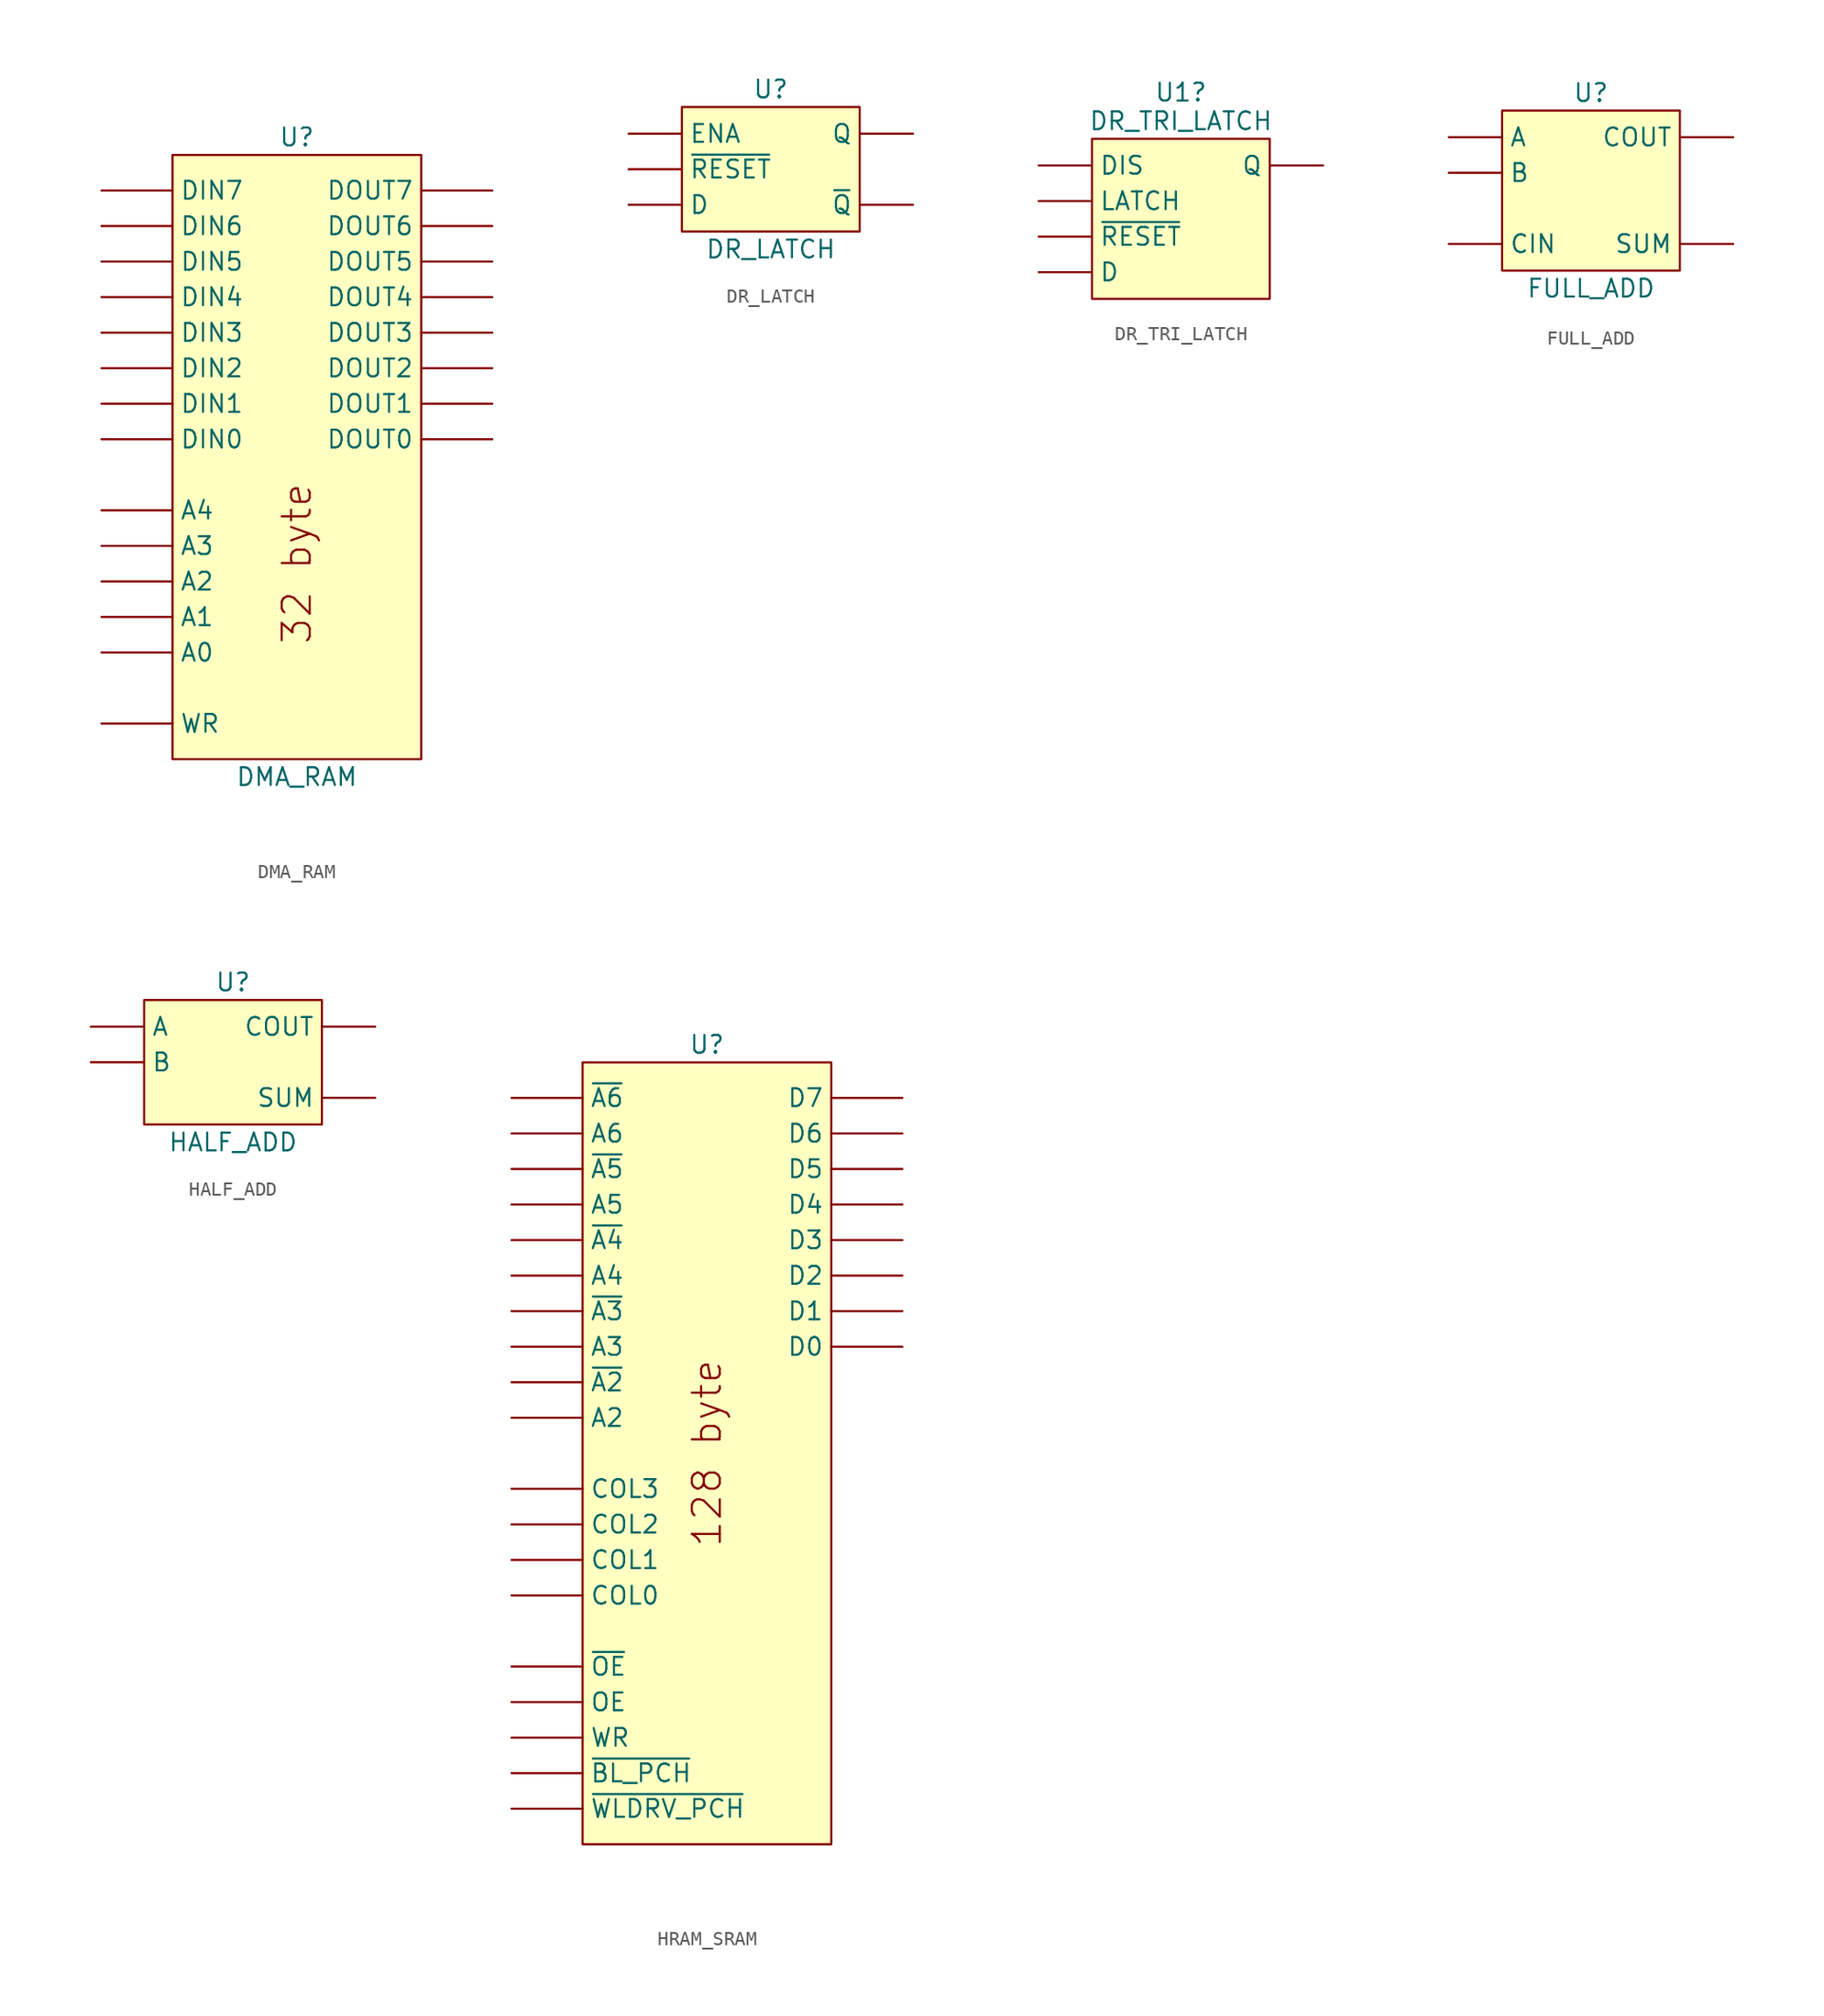
<source format=kicad_sym>
(kicad_symbol_lib
  (version 20220914)
  (generator kicad_symbol_editor)
  (symbol "DMA_RAM"
    (pin_numbers hide)
    (property "Reference" "U"
      (at 0 21.59 0)
      (effects (font (size 1.27 1.27))))
    (property "Value" "DMA_RAM"
      (at 0 -24.13 0)
      (effects (font (size 1.27 1.27))))
    (symbol "DMA_RAM_0_1"
      (rectangle (start -8.89 20.32) (end 8.89 -22.86) (stroke (width 0) (type default)) (fill (type background))))
    (symbol "DMA_RAM_1_0"
      (text "32 byte" (at 0 -8.89 900) (effects (font (size 2 2)))))
    (symbol "DMA_RAM_1_1"
      (pin input line (at -13.97 17.78 0) (length 5.08) (name "DIN7" (effects (font (size 1.27 1.27)))) (number "1" (effects (font (size 1.27 1.27)))))
      (pin input line (at -13.97 -20.32 0) (length 5.08) (name "WR" (effects (font (size 1.27 1.27)))) (number "17" (effects (font (size 1.27 1.27)))))
      (pin input line (at -13.97 15.24 0) (length 5.08) (name "DIN6" (effects (font (size 1.27 1.27)))) (number "2" (effects (font (size 1.27 1.27)))))
      (pin output line (at 13.97 17.78 180) (length 5.08) (name "DOUT7" (effects (font (size 1.27 1.27)))) (number "20" (effects (font (size 1.27 1.27)))))
      (pin output line (at 13.97 15.24 180) (length 5.08) (name "DOUT6" (effects (font (size 1.27 1.27)))) (number "21" (effects (font (size 1.27 1.27)))))
      (pin output line (at 13.97 12.7 180) (length 5.08) (name "DOUT5" (effects (font (size 1.27 1.27)))) (number "22" (effects (font (size 1.27 1.27)))))
      (pin output line (at 13.97 10.16 180) (length 5.08) (name "DOUT4" (effects (font (size 1.27 1.27)))) (number "23" (effects (font (size 1.27 1.27)))))
      (pin output line (at 13.97 7.62 180) (length 5.08) (name "DOUT3" (effects (font (size 1.27 1.27)))) (number "24" (effects (font (size 1.27 1.27)))))
      (pin output line (at 13.97 5.08 180) (length 5.08) (name "DOUT2" (effects (font (size 1.27 1.27)))) (number "25" (effects (font (size 1.27 1.27)))))
      (pin output line (at 13.97 2.54 180) (length 5.08) (name "DOUT1" (effects (font (size 1.27 1.27)))) (number "26" (effects (font (size 1.27 1.27)))))
      (pin output line (at 13.97 0 180) (length 5.08) (name "DOUT0" (effects (font (size 1.27 1.27)))) (number "27" (effects (font (size 1.27 1.27)))))
      (pin input line (at -13.97 12.7 0) (length 5.08) (name "DIN5" (effects (font (size 1.27 1.27)))) (number "3" (effects (font (size 1.27 1.27)))))
      (pin input line (at -13.97 10.16 0) (length 5.08) (name "DIN4" (effects (font (size 1.27 1.27)))) (number "4" (effects (font (size 1.27 1.27)))))
      (pin input line (at -13.97 7.62 0) (length 5.08) (name "DIN3" (effects (font (size 1.27 1.27)))) (number "5" (effects (font (size 1.27 1.27)))))
      (pin input line (at -13.97 5.08 0) (length 5.08) (name "DIN2" (effects (font (size 1.27 1.27)))) (number "6" (effects (font (size 1.27 1.27)))))
      (pin input line (at -13.97 2.54 0) (length 5.08) (name "DIN1" (effects (font (size 1.27 1.27)))) (number "7" (effects (font (size 1.27 1.27)))))
      (pin input line (at -13.97 0 0) (length 5.08) (name "DIN0" (effects (font (size 1.27 1.27)))) (number "8" (effects (font (size 1.27 1.27)))))
      (pin input line (at -13.97 -15.24 0) (length 5.08) (name "A0" (effects (font (size 1.27 1.27)))) (number "~" (effects (font (size 1.27 1.27)))))
      (pin input line (at -13.97 -12.7 0) (length 5.08) (name "A1" (effects (font (size 1.27 1.27)))) (number "~" (effects (font (size 1.27 1.27)))))
      (pin input line (at -13.97 -10.16 0) (length 5.08) (name "A2" (effects (font (size 1.27 1.27)))) (number "~" (effects (font (size 1.27 1.27)))))
      (pin input line (at -13.97 -7.62 0) (length 5.08) (name "A3" (effects (font (size 1.27 1.27)))) (number "~" (effects (font (size 1.27 1.27)))))
      (pin input line (at -13.97 -5.08 0) (length 5.08) (name "A4" (effects (font (size 1.27 1.27)))) (number "~" (effects (font (size 1.27 1.27)))))))
  (symbol "DR_LATCH"
    (pin_numbers hide)
    (property "Reference" "U"
      (at 0 5.715 0)
      (effects (font (size 1.27 1.27))))
    (property "Value" "DR_LATCH"
      (at 0 -5.715 0)
      (effects (font (size 1.27 1.27))))
    (symbol "DR_LATCH_0_1"
      (rectangle (start -6.35 4.445) (end 6.35 -4.445) (stroke (width 0) (type default)) (fill (type background))))
    (symbol "DR_LATCH_1_1"
      (pin input line (at -10.16 2.54 0) (length 3.81) hide (name "~{ENA}" (effects (font (size 1.27 1.27)))) (number "1" (effects (font (size 1.27 1.27)))))
      (pin input line (at -10.16 -2.54 0) (length 3.81) (name "D" (effects (font (size 1.27 1.27)))) (number "2" (effects (font (size 1.27 1.27)))))
      (pin input line (at -10.16 2.54 0) (length 3.81) (name "ENA" (effects (font (size 1.27 1.27)))) (number "3" (effects (font (size 1.27 1.27)))))
      (pin input line (at -10.16 0 0) (length 3.81) (name "~{RESET}" (effects (font (size 1.27 1.27)))) (number "4" (effects (font (size 1.27 1.27)))))
      (pin output line (at 10.16 2.54 180) (length 3.81) (name "Q" (effects (font (size 1.27 1.27)))) (number "5" (effects (font (size 1.27 1.27)))))
      (pin output line (at 10.16 -2.54 180) (length 3.81) (name "~{Q}" (effects (font (size 1.27 1.27)))) (number "6" (effects (font (size 1.27 1.27)))))))
  (symbol "DR_TRI_LATCH"
    (pin_numbers hide)
    (property "Reference" "U1"
      (at 0 9.033 0)
      (effects (font (size 1.27 1.27))))
    (property "Value" "DR_TRI_LATCH"
      (at 0 6.985 0)
      (effects (font (size 1.27 1.27))))
    (symbol "DR_TRI_LATCH_0_1"
      (rectangle (start -6.35 5.715) (end 6.35 -5.715) (stroke (width 0) (type default)) (fill (type background))))
    (symbol "DR_TRI_LATCH_1_1"
      (pin input line (at -10.16 3.81 0) (length 3.81) (name "DIS" (effects (font (size 1.27 1.27)))) (number "1" (effects (font (size 1.27 1.27)))))
      (pin input line (at -10.16 -3.81 0) (length 3.81) (name "D" (effects (font (size 1.27 1.27)))) (number "2" (effects (font (size 1.27 1.27)))))
      (pin input line (at -10.16 1.27 0) (length 3.81) (name "LATCH" (effects (font (size 1.27 1.27)))) (number "3" (effects (font (size 1.27 1.27)))))
      (pin input line (at -10.16 -1.27 0) (length 3.81) (name "~{RESET}" (effects (font (size 1.27 1.27)))) (number "4" (effects (font (size 1.27 1.27)))))
      (pin tri_state line (at 10.16 3.81 180) (length 3.81) (name "Q" (effects (font (size 1.27 1.27)))) (number "5" (effects (font (size 1.27 1.27)))))))
  (symbol "FULL_ADD"
    (pin_numbers hide)
    (property "Reference" "U"
      (at 0 6.985 0)
      (effects (font (size 1.27 1.27))))
    (property "Value" "FULL_ADD"
      (at 0 -6.985 0)
      (effects (font (size 1.27 1.27))))
    (symbol "FULL_ADD_0_1"
      (rectangle (start -6.35 5.715) (end 6.35 -5.715) (stroke (width 0) (type default)) (fill (type background))))
    (symbol "FULL_ADD_1_1"
      (pin input line (at -10.16 -3.81 0) (length 3.81) (name "CIN" (effects (font (size 1.27 1.27)))) (number "1" (effects (font (size 1.27 1.27)))))
      (pin output line (at 10.16 -3.81 180) (length 3.81) (name "SUM" (effects (font (size 1.27 1.27)))) (number "2" (effects (font (size 1.27 1.27)))))
      (pin output line (at 10.16 3.81 180) (length 3.81) (name "COUT" (effects (font (size 1.27 1.27)))) (number "3" (effects (font (size 1.27 1.27)))))
      (pin input line (at -10.16 3.81 0) (length 3.81) (name "A" (effects (font (size 1.27 1.27)))) (number "4" (effects (font (size 1.27 1.27)))))
      (pin input line (at -10.16 1.27 0) (length 3.81) (name "B" (effects (font (size 1.27 1.27)))) (number "5" (effects (font (size 1.27 1.27)))))))
  (symbol "HALF_ADD"
    (pin_numbers hide)
    (property "Reference" "U"
      (at 0 5.715 0)
      (effects (font (size 1.27 1.27))))
    (property "Value" "HALF_ADD"
      (at 0 -5.715 0)
      (effects (font (size 1.27 1.27))))
    (symbol "HALF_ADD_0_1"
      (rectangle (start -6.35 4.445) (end 6.35 -4.445) (stroke (width 0) (type default)) (fill (type background))))
    (symbol "HALF_ADD_1_1"
      (pin output line (at 10.16 2.54 180) (length 3.81) (name "COUT" (effects (font (size 1.27 1.27)))) (number "1" (effects (font (size 1.27 1.27)))))
      (pin output line (at 10.16 -2.54 180) (length 3.81) (name "SUM" (effects (font (size 1.27 1.27)))) (number "2" (effects (font (size 1.27 1.27)))))
      (pin input line (at -10.16 2.54 0) (length 3.81) (name "A" (effects (font (size 1.27 1.27)))) (number "3" (effects (font (size 1.27 1.27)))))
      (pin input line (at -10.16 0 0) (length 3.81) (name "B" (effects (font (size 1.27 1.27)))) (number "4" (effects (font (size 1.27 1.27)))))))
  (symbol "HRAM_SRAM"
    (pin_numbers hide)
    (property "Reference" "U"
      (at 0 29.21 0)
      (effects (font (size 1.27 1.27))))
    (symbol "HRAM_SRAM_0_0"
      (text "128 byte" (at 0 0 900) (effects (font (size 2 2)))))
    (symbol "HRAM_SRAM_0_1"
      (rectangle (start -8.89 27.94) (end 8.89 -27.94) (stroke (width 0) (type default)) (fill (type background))))
    (symbol "HRAM_SRAM_1_1"
      (pin input line (at -13.97 25.4 0) (length 5.08) (name "~{A6}" (effects (font (size 1.27 1.27)))) (number "1" (effects (font (size 1.27 1.27)))))
      (pin input line (at -13.97 2.54 0) (length 5.08) (name "A2" (effects (font (size 1.27 1.27)))) (number "10" (effects (font (size 1.27 1.27)))))
      (pin input line (at -13.97 -2.54 0) (length 5.08) (name "COL3" (effects (font (size 1.27 1.27)))) (number "11" (effects (font (size 1.27 1.27)))))
      (pin input line (at -13.97 -5.08 0) (length 5.08) (name "COL2" (effects (font (size 1.27 1.27)))) (number "12" (effects (font (size 1.27 1.27)))))
      (pin input line (at -13.97 -7.62 0) (length 5.08) (name "COL1" (effects (font (size 1.27 1.27)))) (number "13" (effects (font (size 1.27 1.27)))))
      (pin input line (at -13.97 -10.16 0) (length 5.08) (name "COL0" (effects (font (size 1.27 1.27)))) (number "14" (effects (font (size 1.27 1.27)))))
      (pin input line (at -13.97 -15.24 0) (length 5.08) (name "~{OE}" (effects (font (size 1.27 1.27)))) (number "15" (effects (font (size 1.27 1.27)))))
      (pin input line (at -13.97 -17.78 0) (length 5.08) (name "OE" (effects (font (size 1.27 1.27)))) (number "16" (effects (font (size 1.27 1.27)))))
      (pin input line (at -13.97 -20.32 0) (length 5.08) (name "WR" (effects (font (size 1.27 1.27)))) (number "17" (effects (font (size 1.27 1.27)))))
      (pin input line (at -13.97 -22.86 0) (length 5.08) (name "~{BL_PCH}" (effects (font (size 1.27 1.27)))) (number "18" (effects (font (size 1.27 1.27)))))
      (pin input line (at -13.97 -25.4 0) (length 5.08) (name "~{WLDRV_PCH}" (effects (font (size 1.27 1.27)))) (number "19" (effects (font (size 1.27 1.27)))))
      (pin input line (at -13.97 22.86 0) (length 5.08) (name "A6" (effects (font (size 1.27 1.27)))) (number "2" (effects (font (size 1.27 1.27)))))
      (pin bidirectional line (at 13.97 25.4 180) (length 5.08) (name "D7" (effects (font (size 1.27 1.27)))) (number "20" (effects (font (size 1.27 1.27)))))
      (pin bidirectional line (at 13.97 22.86 180) (length 5.08) (name "D6" (effects (font (size 1.27 1.27)))) (number "21" (effects (font (size 1.27 1.27)))))
      (pin bidirectional line (at 13.97 20.32 180) (length 5.08) (name "D5" (effects (font (size 1.27 1.27)))) (number "22" (effects (font (size 1.27 1.27)))))
      (pin bidirectional line (at 13.97 17.78 180) (length 5.08) (name "D4" (effects (font (size 1.27 1.27)))) (number "23" (effects (font (size 1.27 1.27)))))
      (pin bidirectional line (at 13.97 15.24 180) (length 5.08) (name "D3" (effects (font (size 1.27 1.27)))) (number "24" (effects (font (size 1.27 1.27)))))
      (pin bidirectional line (at 13.97 12.7 180) (length 5.08) (name "D2" (effects (font (size 1.27 1.27)))) (number "25" (effects (font (size 1.27 1.27)))))
      (pin bidirectional line (at 13.97 10.16 180) (length 5.08) (name "D1" (effects (font (size 1.27 1.27)))) (number "26" (effects (font (size 1.27 1.27)))))
      (pin bidirectional line (at 13.97 7.62 180) (length 5.08) (name "D0" (effects (font (size 1.27 1.27)))) (number "27" (effects (font (size 1.27 1.27)))))
      (pin input line (at -13.97 20.32 0) (length 5.08) (name "~{A5}" (effects (font (size 1.27 1.27)))) (number "3" (effects (font (size 1.27 1.27)))))
      (pin input line (at -13.97 17.78 0) (length 5.08) (name "A5" (effects (font (size 1.27 1.27)))) (number "4" (effects (font (size 1.27 1.27)))))
      (pin input line (at -13.97 15.24 0) (length 5.08) (name "~{A4}" (effects (font (size 1.27 1.27)))) (number "5" (effects (font (size 1.27 1.27)))))
      (pin input line (at -13.97 12.7 0) (length 5.08) (name "A4" (effects (font (size 1.27 1.27)))) (number "6" (effects (font (size 1.27 1.27)))))
      (pin input line (at -13.97 10.16 0) (length 5.08) (name "~{A3}" (effects (font (size 1.27 1.27)))) (number "7" (effects (font (size 1.27 1.27)))))
      (pin input line (at -13.97 7.62 0) (length 5.08) (name "A3" (effects (font (size 1.27 1.27)))) (number "8" (effects (font (size 1.27 1.27)))))
      (pin input line (at -13.97 5.08 0) (length 5.08) (name "~{A2}" (effects (font (size 1.27 1.27)))) (number "9" (effects (font (size 1.27 1.27))))))))
</source>
